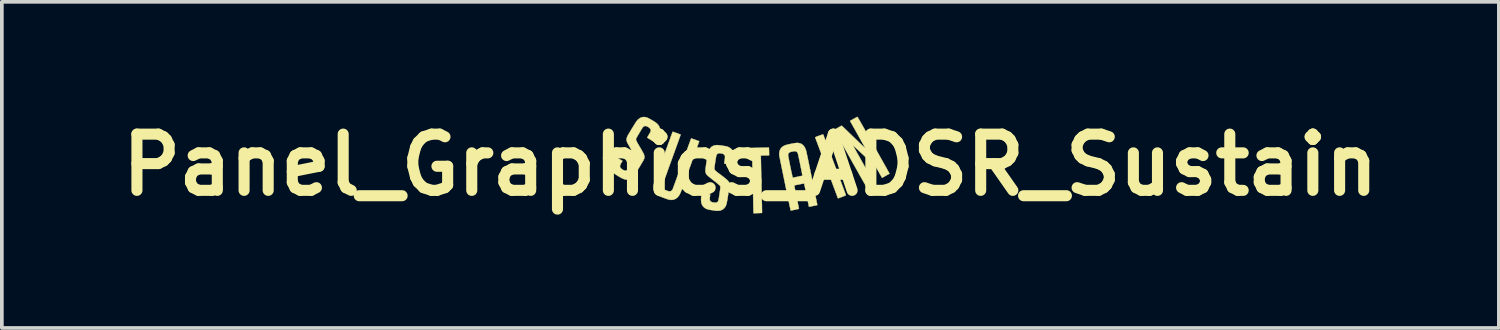
<source format=kicad_pcb>
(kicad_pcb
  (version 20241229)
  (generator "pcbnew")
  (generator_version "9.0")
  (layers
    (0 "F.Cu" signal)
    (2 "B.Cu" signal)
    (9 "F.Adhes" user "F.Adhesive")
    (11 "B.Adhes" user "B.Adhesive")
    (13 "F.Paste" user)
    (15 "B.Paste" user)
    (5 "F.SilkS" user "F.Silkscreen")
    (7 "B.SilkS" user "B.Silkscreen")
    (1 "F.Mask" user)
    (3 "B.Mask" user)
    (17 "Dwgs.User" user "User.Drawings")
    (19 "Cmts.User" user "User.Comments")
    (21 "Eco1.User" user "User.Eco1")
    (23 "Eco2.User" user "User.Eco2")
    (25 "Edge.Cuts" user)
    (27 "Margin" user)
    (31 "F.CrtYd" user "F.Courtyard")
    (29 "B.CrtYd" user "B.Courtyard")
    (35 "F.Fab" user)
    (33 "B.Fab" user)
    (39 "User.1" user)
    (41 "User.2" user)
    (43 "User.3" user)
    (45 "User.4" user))
  (footprint "Panel_Graphics_ADSR_Sustain"
    (layer "F.Cu")
    (at 17.279 1.418)
    (property "Reference" "Panel_Graphics_ADSR_Sustain" (at 0 0 0) (layer "F.SilkS") (effects (font (size 1.524 1.524) (thickness 0.3))))
    (attr through_hole)
    (fp_poly (pts (xy 1.973 -0.827) (xy 1.975 -0.823) (xy 1.979 -0.811) (xy 1.987 -0.792) (xy 1.996 -0.767) (xy 2.008 -0.735) (xy 2.022 -0.698) (xy 2.039 -0.655) (xy 2.056 -0.608) (xy 2.076 -0.556) (xy 2.097 -0.501) (xy 2.119 -0.442) (xy 2.142 -0.38) (xy 2.166 -0.316) (xy 2.191 -0.25) (xy 2.216 -0.182) (xy 2.242 -0.113) (xy 2.268 -0.043) (xy 2.295 0.027) (xy 2.321 0.097) (xy 2.347 0.166) (xy 2.372 0.234) (xy 2.397 0.301) (xy 2.421 0.365) (xy 2.444 0.428) (xy 2.466 0.487) (xy 2.487 0.543) (xy 2.506 0.594) (xy 2.524 0.642) (xy 2.54 0.685) (xy 2.554 0.723) (xy 2.566 0.755) (xy 2.575 0.781) (xy 2.582 0.801) (xy 2.587 0.813) (xy 2.588 0.819) (xy 2.588 0.819) (xy 2.587 0.822) (xy 2.583 0.825) (xy 2.575 0.83) (xy 2.563 0.835) (xy 2.545 0.843) (xy 2.52 0.852) (xy 2.489 0.864) (xy 2.462 0.875) (xy 2.436 0.884) (xy 2.415 0.892) (xy 2.397 0.899) (xy 2.386 0.903) (xy 2.382 0.904) (xy 2.376 0.903) (xy 2.371 0.895) (xy 2.37 0.895) (xy 2.365 0.882) (xy 2.358 0.862) (xy 2.348 0.836) (xy 2.336 0.803) (xy 2.322 0.765) (xy 2.305 0.722) (xy 2.288 0.674) (xy 2.268 0.622) (xy 2.247 0.566) (xy 2.225 0.507) (xy 2.202 0.445) (xy 2.178 0.38) (xy 2.153 0.314) (xy 2.127 0.246) (xy 2.101 0.176) (xy 2.075 0.107) (xy 2.049 0.037) (xy 2.023 -0.033) (xy 1.997 -0.102) (xy 1.972 -0.17) (xy 1.947 -0.237) (xy 1.923 -0.301) (xy 1.9 -0.363) (xy 1.878 -0.421) (xy 1.858 -0.477) (xy 1.838 -0.528) (xy 1.821 -0.576) (xy 1.805 -0.618) (xy 1.791 -0.655) (xy 1.779 -0.687) (xy 1.77 -0.712) (xy 1.763 -0.731) (xy 1.758 -0.743) (xy 1.757 -0.748) (xy 1.757 -0.748) (xy 1.761 -0.75) (xy 1.771 -0.755) (xy 1.787 -0.762) (xy 1.808 -0.77) (xy 1.831 -0.779) (xy 1.856 -0.788) (xy 1.881 -0.798) (xy 1.906 -0.806) (xy 1.928 -0.814) (xy 1.948 -0.82) (xy 1.962 -0.825) (xy 1.971 -0.827) (xy 1.973 -0.827)) (stroke (width 0.01) (type solid)) (fill yes) (layer "F.SilkS"))
    (fp_poly (pts (xy 0.494 -0.469) (xy 0.501 -0.469) (xy 0.502 -0.469) (xy 0.503 -0.464) (xy 0.504 -0.452) (xy 0.505 -0.434) (xy 0.506 -0.411) (xy 0.507 -0.384) (xy 0.507 -0.363) (xy 0.509 -0.259) (xy 0.399 -0.257) (xy 0.369 -0.257) (xy 0.342 -0.256) (xy 0.319 -0.255) (xy 0.301 -0.254) (xy 0.289 -0.254) (xy 0.285 -0.253) (xy 0.285 -0.248) (xy 0.285 -0.236) (xy 0.285 -0.216) (xy 0.286 -0.188) (xy 0.286 -0.154) (xy 0.287 -0.114) (xy 0.288 -0.068) (xy 0.289 -0.016) (xy 0.29 0.041) (xy 0.291 0.103) (xy 0.293 0.169) (xy 0.294 0.239) (xy 0.296 0.312) (xy 0.298 0.388) (xy 0.3 0.467) (xy 0.301 0.524) (xy 0.303 0.605) (xy 0.305 0.683) (xy 0.306 0.758) (xy 0.308 0.83) (xy 0.31 0.899) (xy 0.311 0.964) (xy 0.312 1.024) (xy 0.314 1.08) (xy 0.315 1.13) (xy 0.315 1.175) (xy 0.316 1.213) (xy 0.317 1.245) (xy 0.317 1.271) (xy 0.317 1.289) (xy 0.317 1.299) (xy 0.317 1.301) (xy 0.313 1.302) (xy 0.301 1.302) (xy 0.283 1.303) (xy 0.259 1.304) (xy 0.232 1.305) (xy 0.202 1.306) (xy 0.2 1.306) (xy 0.085 1.309) (xy 0.085 1.267) (xy 0.085 1.258) (xy 0.084 1.242) (xy 0.084 1.217) (xy 0.083 1.186) (xy 0.082 1.148) (xy 0.081 1.104) (xy 0.08 1.055) (xy 0.079 1) (xy 0.078 0.941) (xy 0.076 0.877) (xy 0.075 0.81) (xy 0.073 0.739) (xy 0.071 0.666) (xy 0.069 0.591) (xy 0.068 0.525) (xy 0.066 0.448) (xy 0.064 0.373) (xy 0.062 0.3) (xy 0.061 0.23) (xy 0.059 0.164) (xy 0.058 0.101) (xy 0.056 0.043) (xy 0.055 -0.011) (xy 0.054 -0.059) (xy 0.053 -0.102) (xy 0.052 -0.138) (xy 0.052 -0.168) (xy 0.051 -0.191) (xy 0.051 -0.206) (xy 0.051 -0.213) (xy 0.051 -0.25) (xy -0.063 -0.247) (xy -0.177 -0.244) (xy -0.18 -0.331) (xy -0.181 -0.358) (xy -0.181 -0.384) (xy -0.182 -0.407) (xy -0.182 -0.424) (xy -0.181 -0.435) (xy -0.181 -0.436) (xy -0.18 -0.455) (xy 0.16 -0.463) (xy 0.213 -0.464) (xy 0.263 -0.465) (xy 0.311 -0.466) (xy 0.354 -0.467) (xy 0.393 -0.468) (xy 0.428 -0.468) (xy 0.456 -0.469) (xy 0.478 -0.469) (xy 0.494 -0.469)) (stroke (width 0.01) (type solid)) (fill yes) (layer "F.SilkS"))
    (fp_poly (pts (xy 2.904 -1.299) (xy 2.91 -1.289) (xy 2.92 -1.272) (xy 2.934 -1.248) (xy 2.95 -1.219) (xy 2.97 -1.185) (xy 2.993 -1.146) (xy 3.018 -1.102) (xy 3.045 -1.054) (xy 3.075 -1.002) (xy 3.106 -0.946) (xy 3.139 -0.888) (xy 3.173 -0.827) (xy 3.209 -0.765) (xy 3.245 -0.7) (xy 3.283 -0.634) (xy 3.321 -0.567) (xy 3.359 -0.499) (xy 3.397 -0.432) (xy 3.435 -0.364) (xy 3.472 -0.298) (xy 3.509 -0.232) (xy 3.545 -0.168) (xy 3.58 -0.106) (xy 3.614 -0.046) (xy 3.646 0.012) (xy 3.677 0.066) (xy 3.705 0.117) (xy 3.731 0.164) (xy 3.755 0.207) (xy 3.756 0.208) (xy 3.772 0.236) (xy 3.67 0.293) (xy 3.569 0.351) (xy 3.54 0.299) (xy 3.53 0.281) (xy 3.516 0.257) (xy 3.5 0.229) (xy 3.484 0.199) (xy 3.466 0.168) (xy 3.454 0.146) (xy 3.397 0.045) (xy 3.089 -0.244) (xy 3.046 -0.285) (xy 3.004 -0.323) (xy 2.965 -0.36) (xy 2.929 -0.394) (xy 2.895 -0.425) (xy 2.865 -0.453) (xy 2.839 -0.478) (xy 2.817 -0.498) (xy 2.799 -0.514) (xy 2.787 -0.525) (xy 2.78 -0.531) (xy 2.779 -0.532) (xy 2.781 -0.528) (xy 2.786 -0.518) (xy 2.796 -0.501) (xy 2.808 -0.478) (xy 2.824 -0.45) (xy 2.842 -0.417) (xy 2.863 -0.38) (xy 2.885 -0.339) (xy 2.91 -0.295) (xy 2.936 -0.248) (xy 2.964 -0.199) (xy 2.992 -0.148) (xy 3.021 -0.096) (xy 3.051 -0.044) (xy 3.08 0.009) (xy 3.109 0.061) (xy 3.138 0.113) (xy 3.166 0.163) (xy 3.193 0.211) (xy 3.219 0.256) (xy 3.243 0.299) (xy 3.265 0.338) (xy 3.284 0.373) (xy 3.302 0.403) (xy 3.316 0.429) (xy 3.328 0.449) (xy 3.334 0.46) (xy 3.344 0.477) (xy 3.245 0.533) (xy 3.218 0.547) (xy 3.194 0.561) (xy 3.174 0.572) (xy 3.157 0.581) (xy 3.147 0.586) (xy 3.142 0.588) (xy 3.142 0.588) (xy 3.14 0.585) (xy 3.133 0.574) (xy 3.123 0.557) (xy 3.11 0.533) (xy 3.093 0.503) (xy 3.073 0.468) (xy 3.049 0.428) (xy 3.024 0.382) (xy 2.995 0.332) (xy 2.964 0.278) (xy 2.932 0.219) (xy 2.897 0.158) (xy 2.86 0.093) (xy 2.822 0.025) (xy 2.782 -0.045) (xy 2.741 -0.118) (xy 2.724 -0.149) (xy 2.683 -0.223) (xy 2.642 -0.295) (xy 2.603 -0.365) (xy 2.565 -0.432) (xy 2.528 -0.497) (xy 2.494 -0.558) (xy 2.461 -0.616) (xy 2.431 -0.67) (xy 2.403 -0.72) (xy 2.378 -0.765) (xy 2.355 -0.805) (xy 2.336 -0.84) (xy 2.319 -0.869) (xy 2.307 -0.891) (xy 2.298 -0.908) (xy 2.292 -0.917) (xy 2.291 -0.919) (xy 2.274 -0.951) (xy 2.373 -1.007) (xy 2.399 -1.022) (xy 2.423 -1.035) (xy 2.444 -1.046) (xy 2.46 -1.055) (xy 2.471 -1.061) (xy 2.476 -1.063) (xy 2.476 -1.063) (xy 2.479 -1.06) (xy 2.488 -1.051) (xy 2.503 -1.038) (xy 2.522 -1.019) (xy 2.546 -0.997) (xy 2.574 -0.97) (xy 2.605 -0.94) (xy 2.64 -0.907) (xy 2.677 -0.87) (xy 2.717 -0.832) (xy 2.759 -0.791) (xy 2.798 -0.754) (xy 2.842 -0.711) (xy 2.884 -0.671) (xy 2.923 -0.633) (xy 2.96 -0.597) (xy 2.994 -0.564) (xy 3.025 -0.534) (xy 3.053 -0.508) (xy 3.076 -0.486) (xy 3.094 -0.469) (xy 3.108 -0.456) (xy 3.116 -0.448) (xy 3.119 -0.446) (xy 3.117 -0.45) (xy 3.111 -0.46) (xy 3.102 -0.477) (xy 3.089 -0.5) (xy 3.074 -0.527) (xy 3.056 -0.559) (xy 3.036 -0.596) (xy 3.014 -0.635) (xy 2.99 -0.678) (xy 2.965 -0.722) (xy 2.939 -0.769) (xy 2.913 -0.817) (xy 2.886 -0.865) (xy 2.859 -0.913) (xy 2.832 -0.961) (xy 2.806 -1.007) (xy 2.78 -1.052) (xy 2.756 -1.095) (xy 2.734 -1.135) (xy 2.713 -1.171) (xy 2.701 -1.192) (xy 2.799 -1.247) (xy 2.826 -1.261) (xy 2.85 -1.275) (xy 2.87 -1.286) (xy 2.886 -1.295) (xy 2.897 -1.301) (xy 2.902 -1.303) (xy 2.904 -1.299)) (stroke (width 0.01) (type solid)) (fill yes) (layer "F.SilkS"))
    (fp_poly (pts (xy -2.1 -0.898) (xy -2.089 -0.895) (xy -2.072 -0.889) (xy -2.051 -0.883) (xy -2.028 -0.874) (xy -2.003 -0.865) (xy -1.977 -0.856) (xy -1.953 -0.847) (xy -1.93 -0.838) (xy -1.912 -0.831) (xy -1.898 -0.825) (xy -1.89 -0.821) (xy -1.888 -0.819) (xy -1.889 -0.815) (xy -1.894 -0.803) (xy -1.9 -0.784) (xy -1.91 -0.758) (xy -1.921 -0.726) (xy -1.935 -0.688) (xy -1.95 -0.644) (xy -1.968 -0.596) (xy -1.987 -0.542) (xy -2.008 -0.485) (xy -2.03 -0.424) (xy -2.053 -0.359) (xy -2.078 -0.291) (xy -2.103 -0.221) (xy -2.129 -0.149) (xy -2.132 -0.142) (xy -2.158 -0.069) (xy -2.184 0.002) (xy -2.209 0.071) (xy -2.233 0.137) (xy -2.255 0.2) (xy -2.276 0.259) (xy -2.296 0.314) (xy -2.314 0.365) (xy -2.331 0.411) (xy -2.345 0.451) (xy -2.357 0.485) (xy -2.367 0.514) (xy -2.375 0.536) (xy -2.38 0.55) (xy -2.382 0.557) (xy -2.382 0.557) (xy -2.386 0.588) (xy -2.383 0.614) (xy -2.373 0.637) (xy -2.354 0.656) (xy -2.35 0.66) (xy -2.339 0.666) (xy -2.322 0.674) (xy -2.301 0.683) (xy -2.277 0.692) (xy -2.253 0.701) (xy -2.231 0.709) (xy -2.212 0.714) (xy -2.206 0.716) (xy -2.18 0.717) (xy -2.156 0.711) (xy -2.134 0.698) (xy -2.115 0.678) (xy -2.104 0.659) (xy -2.102 0.653) (xy -2.097 0.64) (xy -2.089 0.619) (xy -2.079 0.592) (xy -2.067 0.559) (xy -2.053 0.519) (xy -2.036 0.475) (xy -2.018 0.425) (xy -1.998 0.371) (xy -1.977 0.312) (xy -1.954 0.25) (xy -1.931 0.184) (xy -1.906 0.116) (xy -1.88 0.045) (xy -1.854 -0.028) (xy -1.85 -0.038) (xy -1.824 -0.111) (xy -1.798 -0.182) (xy -1.773 -0.25) (xy -1.75 -0.315) (xy -1.727 -0.377) (xy -1.706 -0.435) (xy -1.687 -0.489) (xy -1.669 -0.538) (xy -1.653 -0.582) (xy -1.639 -0.621) (xy -1.627 -0.654) (xy -1.617 -0.68) (xy -1.61 -0.7) (xy -1.605 -0.713) (xy -1.603 -0.718) (xy -1.603 -0.719) (xy -1.599 -0.717) (xy -1.588 -0.714) (xy -1.572 -0.708) (xy -1.551 -0.701) (xy -1.528 -0.693) (xy -1.503 -0.684) (xy -1.477 -0.675) (xy -1.453 -0.666) (xy -1.43 -0.658) (xy -1.411 -0.651) (xy -1.396 -0.646) (xy -1.387 -0.642) (xy -1.385 -0.641) (xy -1.386 -0.637) (xy -1.391 -0.626) (xy -1.397 -0.608) (xy -1.406 -0.583) (xy -1.417 -0.552) (xy -1.43 -0.515) (xy -1.445 -0.474) (xy -1.461 -0.428) (xy -1.479 -0.379) (xy -1.498 -0.325) (xy -1.519 -0.269) (xy -1.54 -0.211) (xy -1.562 -0.15) (xy -1.584 -0.088) (xy -1.607 -0.025) (xy -1.63 0.039) (xy -1.653 0.102) (xy -1.676 0.165) (xy -1.698 0.228) (xy -1.72 0.288) (xy -1.741 0.347) (xy -1.761 0.403) (xy -1.781 0.456) (xy -1.799 0.505) (xy -1.815 0.551) (xy -1.83 0.592) (xy -1.843 0.628) (xy -1.854 0.658) (xy -1.863 0.683) (xy -1.866 0.69) (xy -1.885 0.738) (xy -1.903 0.778) (xy -1.921 0.812) (xy -1.94 0.841) (xy -1.961 0.866) (xy -1.98 0.885) (xy -2.016 0.913) (xy -2.054 0.932) (xy -2.095 0.944) (xy -2.139 0.948) (xy -2.185 0.943) (xy -2.193 0.942) (xy -2.203 0.94) (xy -2.213 0.937) (xy -2.222 0.935) (xy -2.231 0.932) (xy -2.243 0.929) (xy -2.258 0.924) (xy -2.277 0.917) (xy -2.301 0.908) (xy -2.331 0.897) (xy -2.354 0.889) (xy -2.396 0.873) (xy -2.432 0.86) (xy -2.461 0.848) (xy -2.486 0.836) (xy -2.506 0.826) (xy -2.523 0.815) (xy -2.538 0.804) (xy -2.552 0.792) (xy -2.557 0.787) (xy -2.584 0.757) (xy -2.603 0.725) (xy -2.616 0.689) (xy -2.623 0.649) (xy -2.625 0.615) (xy -2.623 0.581) (xy -2.62 0.548) (xy -2.612 0.514) (xy -2.602 0.476) (xy -2.598 0.466) (xy -2.595 0.456) (xy -2.589 0.44) (xy -2.581 0.417) (xy -2.571 0.388) (xy -2.558 0.353) (xy -2.544 0.313) (xy -2.528 0.268) (xy -2.51 0.219) (xy -2.491 0.167) (xy -2.471 0.111) (xy -2.45 0.053) (xy -2.429 -0.007) (xy -2.406 -0.069) (xy -2.383 -0.132) (xy -2.36 -0.196) (xy -2.337 -0.26) (xy -2.314 -0.324) (xy -2.291 -0.386) (xy -2.269 -0.448) (xy -2.247 -0.507) (xy -2.227 -0.565) (xy -2.207 -0.619) (xy -2.188 -0.67) (xy -2.171 -0.717) (xy -2.156 -0.76) (xy -2.142 -0.798) (xy -2.13 -0.831) (xy -2.12 -0.857) (xy -2.112 -0.878) (xy -2.107 -0.892) (xy -2.105 -0.898) (xy -2.105 -0.898) (xy -2.1 -0.898)) (stroke (width 0.01) (type solid)) (fill yes) (layer "F.SilkS"))
    (fp_poly (pts (xy -2.853 -1.296) (xy -2.844 -1.294) (xy -2.823 -1.289) (xy -2.8 -1.282) (xy -2.783 -1.276) (xy -2.77 -1.27) (xy -2.751 -1.26) (xy -2.727 -1.247) (xy -2.701 -1.232) (xy -2.673 -1.216) (xy -2.644 -1.199) (xy -2.617 -1.183) (xy -2.592 -1.167) (xy -2.571 -1.153) (xy -2.566 -1.15) (xy -2.528 -1.12) (xy -2.497 -1.086) (xy -2.473 -1.049) (xy -2.457 -1.011) (xy -2.449 -0.97) (xy -2.45 -0.928) (xy -2.451 -0.92) (xy -2.454 -0.899) (xy -2.459 -0.878) (xy -2.465 -0.858) (xy -2.474 -0.836) (xy -2.485 -0.812) (xy -2.499 -0.785) (xy -2.516 -0.754) (xy -2.538 -0.717) (xy -2.562 -0.677) (xy -2.597 -0.619) (xy -2.695 -0.678) (xy -2.72 -0.694) (xy -2.744 -0.708) (xy -2.764 -0.721) (xy -2.779 -0.73) (xy -2.789 -0.737) (xy -2.793 -0.74) (xy -2.793 -0.74) (xy -2.791 -0.745) (xy -2.786 -0.756) (xy -2.777 -0.771) (xy -2.766 -0.79) (xy -2.753 -0.812) (xy -2.752 -0.814) (xy -2.738 -0.837) (xy -2.725 -0.859) (xy -2.715 -0.878) (xy -2.707 -0.893) (xy -2.703 -0.902) (xy -2.697 -0.928) (xy -2.698 -0.951) (xy -2.707 -0.973) (xy -2.724 -0.994) (xy -2.749 -1.015) (xy -2.775 -1.032) (xy -2.806 -1.047) (xy -2.834 -1.054) (xy -2.859 -1.054) (xy -2.882 -1.046) (xy -2.903 -1.03) (xy -2.92 -1.009) (xy -2.929 -0.995) (xy -2.941 -0.976) (xy -2.956 -0.952) (xy -2.972 -0.926) (xy -2.989 -0.897) (xy -3.007 -0.868) (xy -3.024 -0.838) (xy -3.041 -0.809) (xy -3.057 -0.783) (xy -3.07 -0.759) (xy -3.082 -0.739) (xy -3.09 -0.723) (xy -3.094 -0.714) (xy -3.095 -0.713) (xy -3.097 -0.703) (xy -3.098 -0.693) (xy -3.097 -0.683) (xy -3.094 -0.67) (xy -3.088 -0.655) (xy -3.08 -0.637) (xy -3.069 -0.616) (xy -3.055 -0.589) (xy -3.036 -0.557) (xy -3.014 -0.519) (xy -3.003 -0.501) (xy -2.976 -0.455) (xy -2.953 -0.415) (xy -2.933 -0.38) (xy -2.917 -0.351) (xy -2.904 -0.327) (xy -2.893 -0.305) (xy -2.885 -0.287) (xy -2.879 -0.271) (xy -2.875 -0.257) (xy -2.872 -0.243) (xy -2.87 -0.234) (xy -2.869 -0.211) (xy -2.871 -0.19) (xy -2.877 -0.167) (xy -2.889 -0.141) (xy -2.892 -0.134) (xy -2.898 -0.123) (xy -2.908 -0.105) (xy -2.921 -0.083) (xy -2.937 -0.055) (xy -2.956 -0.025) (xy -2.975 0.009) (xy -2.996 0.043) (xy -3.018 0.079) (xy -3.039 0.114) (xy -3.06 0.149) (xy -3.08 0.181) (xy -3.098 0.21) (xy -3.114 0.235) (xy -3.127 0.256) (xy -3.136 0.271) (xy -3.141 0.277) (xy -3.173 0.317) (xy -3.208 0.349) (xy -3.246 0.373) (xy -3.285 0.389) (xy -3.326 0.397) (xy -3.369 0.396) (xy -3.397 0.392) (xy -3.414 0.387) (xy -3.431 0.382) (xy -3.45 0.374) (xy -3.471 0.365) (xy -3.494 0.352) (xy -3.522 0.337) (xy -3.555 0.318) (xy -3.593 0.294) (xy -3.608 0.285) (xy -3.639 0.266) (xy -3.663 0.249) (xy -3.683 0.235) (xy -3.699 0.221) (xy -3.713 0.207) (xy -3.725 0.193) (xy -3.748 0.16) (xy -3.763 0.128) (xy -3.773 0.095) (xy -3.776 0.058) (xy -3.776 0.051) (xy -3.774 0.019) (xy -3.769 -0.013) (xy -3.76 -0.046) (xy -3.746 -0.081) (xy -3.728 -0.119) (xy -3.704 -0.162) (xy -3.699 -0.17) (xy -3.664 -0.228) (xy -3.652 -0.22) (xy -3.644 -0.216) (xy -3.631 -0.208) (xy -3.613 -0.197) (xy -3.591 -0.184) (xy -3.567 -0.169) (xy -3.551 -0.16) (xy -3.464 -0.108) (xy -3.473 -0.093) (xy -3.496 -0.057) (xy -3.512 -0.026) (xy -3.524 -0.000028) (xy -3.53 0.022) (xy -3.532 0.041) (xy -3.529 0.058) (xy -3.521 0.074) (xy -3.509 0.09) (xy -3.504 0.095) (xy -3.481 0.114) (xy -3.456 0.131) (xy -3.43 0.144) (xy -3.406 0.153) (xy -3.39 0.156) (xy -3.374 0.156) (xy -3.362 0.154) (xy -3.35 0.148) (xy -3.347 0.147) (xy -3.333 0.136) (xy -3.32 0.123) (xy -3.314 0.115) (xy -3.308 0.106) (xy -3.298 0.091) (xy -3.285 0.071) (xy -3.271 0.047) (xy -3.255 0.02) (xy -3.237 -0.008) (xy -3.219 -0.038) (xy -3.202 -0.067) (xy -3.185 -0.096) (xy -3.17 -0.122) (xy -3.156 -0.145) (xy -3.146 -0.163) (xy -3.138 -0.177) (xy -3.135 -0.184) (xy -3.131 -0.193) (xy -3.129 -0.201) (xy -3.129 -0.211) (xy -3.13 -0.222) (xy -3.134 -0.234) (xy -3.139 -0.25) (xy -3.148 -0.268) (xy -3.159 -0.291) (xy -3.173 -0.318) (xy -3.191 -0.35) (xy -3.213 -0.389) (xy -3.238 -0.434) (xy -3.24 -0.437) (xy -3.265 -0.481) (xy -3.286 -0.518) (xy -3.303 -0.549) (xy -3.317 -0.575) (xy -3.328 -0.597) (xy -3.337 -0.615) (xy -3.343 -0.63) (xy -3.348 -0.643) (xy -3.351 -0.655) (xy -3.352 -0.666) (xy -3.353 -0.677) (xy -3.353 -0.683) (xy -3.351 -0.711) (xy -3.345 -0.739) (xy -3.333 -0.769) (xy -3.318 -0.8) (xy -3.307 -0.818) (xy -3.294 -0.842) (xy -3.278 -0.869) (xy -3.259 -0.9) (xy -3.239 -0.933) (xy -3.219 -0.968) (xy -3.197 -1.003) (xy -3.176 -1.037) (xy -3.155 -1.071) (xy -3.136 -1.102) (xy -3.118 -1.13) (xy -3.103 -1.154) (xy -3.09 -1.173) (xy -3.081 -1.187) (xy -3.077 -1.192) (xy -3.045 -1.228) (xy -3.009 -1.256) (xy -2.972 -1.278) (xy -2.933 -1.292) (xy -2.893 -1.298) (xy -2.853 -1.296)) (stroke (width 0.01) (type solid)) (fill yes) (layer "F.SilkS"))
    (fp_poly (pts (xy 1.298 -0.595) (xy 1.341 -0.586) (xy 1.38 -0.571) (xy 1.415 -0.547) (xy 1.446 -0.517) (xy 1.472 -0.48) (xy 1.494 -0.435) (xy 1.512 -0.384) (xy 1.516 -0.369) (xy 1.518 -0.358) (xy 1.522 -0.341) (xy 1.527 -0.316) (xy 1.533 -0.286) (xy 1.541 -0.249) (xy 1.55 -0.207) (xy 1.56 -0.16) (xy 1.57 -0.109) (xy 1.582 -0.054) (xy 1.594 0.005) (xy 1.606 0.066) (xy 1.62 0.129) (xy 1.633 0.194) (xy 1.647 0.261) (xy 1.66 0.328) (xy 1.674 0.395) (xy 1.688 0.462) (xy 1.702 0.528) (xy 1.715 0.593) (xy 1.728 0.657) (xy 1.74 0.717) (xy 1.752 0.775) (xy 1.763 0.83) (xy 1.773 0.881) (xy 1.783 0.927) (xy 1.791 0.969) (xy 1.798 1.005) (xy 1.805 1.035) (xy 1.809 1.059) (xy 1.812 1.076) (xy 1.814 1.085) (xy 1.814 1.087) (xy 1.81 1.088) (xy 1.798 1.091) (xy 1.781 1.095) (xy 1.76 1.1) (xy 1.735 1.105) (xy 1.709 1.11) (xy 1.683 1.116) (xy 1.657 1.121) (xy 1.634 1.126) (xy 1.615 1.13) (xy 1.6 1.132) (xy 1.591 1.134) (xy 1.589 1.134) (xy 1.588 1.129) (xy 1.586 1.118) (xy 1.582 1.099) (xy 1.577 1.073) (xy 1.57 1.042) (xy 1.562 1.006) (xy 1.554 0.966) (xy 1.545 0.921) (xy 1.535 0.874) (xy 1.525 0.824) (xy 1.524 0.819) (xy 1.513 0.769) (xy 1.503 0.721) (xy 1.494 0.676) (xy 1.486 0.635) (xy 1.478 0.599) (xy 1.471 0.567) (xy 1.465 0.541) (xy 1.461 0.521) (xy 1.458 0.508) (xy 1.457 0.503) (xy 1.457 0.503) (xy 1.452 0.503) (xy 1.441 0.505) (xy 1.423 0.508) (xy 1.401 0.512) (xy 1.376 0.517) (xy 1.348 0.522) (xy 1.319 0.528) (xy 1.29 0.534) (xy 1.263 0.539) (xy 1.239 0.544) (xy 1.218 0.549) (xy 1.202 0.553) (xy 1.193 0.555) (xy 1.191 0.556) (xy 1.191 0.56) (xy 1.193 0.573) (xy 1.197 0.592) (xy 1.202 0.617) (xy 1.208 0.648) (xy 1.215 0.684) (xy 1.223 0.725) (xy 1.232 0.769) (xy 1.242 0.817) (xy 1.252 0.866) (xy 1.253 0.869) (xy 1.263 0.919) (xy 1.273 0.967) (xy 1.282 1.011) (xy 1.29 1.052) (xy 1.298 1.089) (xy 1.304 1.121) (xy 1.309 1.147) (xy 1.313 1.167) (xy 1.316 1.18) (xy 1.317 1.185) (xy 1.317 1.185) (xy 1.315 1.188) (xy 1.309 1.191) (xy 1.298 1.194) (xy 1.281 1.198) (xy 1.258 1.203) (xy 1.227 1.21) (xy 1.208 1.214) (xy 1.178 1.22) (xy 1.152 1.225) (xy 1.129 1.23) (xy 1.111 1.233) (xy 1.099 1.235) (xy 1.094 1.236) (xy 1.093 1.232) (xy 1.09 1.22) (xy 1.086 1.201) (xy 1.08 1.174) (xy 1.073 1.141) (xy 1.064 1.102) (xy 1.055 1.057) (xy 1.044 1.007) (xy 1.032 0.951) (xy 1.02 0.891) (xy 1.006 0.827) (xy 0.992 0.76) (xy 0.977 0.689) (xy 0.962 0.615) (xy 0.946 0.539) (xy 0.941 0.511) (xy 0.925 0.434) (xy 0.909 0.358) (xy 0.894 0.286) (xy 0.88 0.215) (xy 0.866 0.149) (xy 0.853 0.086) (xy 0.841 0.027) (xy 0.83 -0.027) (xy 0.82 -0.076) (xy 0.811 -0.12) (xy 0.804 -0.158) (xy 0.797 -0.189) (xy 0.793 -0.213) (xy 0.789 -0.231) (xy 0.787 -0.24) (xy 0.787 -0.241) (xy 0.785 -0.268) (xy 1.023 -0.268) (xy 1.024 -0.259) (xy 1.026 -0.244) (xy 1.03 -0.223) (xy 1.035 -0.196) (xy 1.041 -0.164) (xy 1.048 -0.128) (xy 1.055 -0.089) (xy 1.064 -0.048) (xy 1.072 -0.005) (xy 1.081 0.039) (xy 1.09 0.082) (xy 1.099 0.125) (xy 1.108 0.167) (xy 1.116 0.206) (xy 1.124 0.241) (xy 1.131 0.273) (xy 1.137 0.3) (xy 1.142 0.322) (xy 1.146 0.337) (xy 1.148 0.346) (xy 1.149 0.347) (xy 1.154 0.346) (xy 1.167 0.344) (xy 1.185 0.34) (xy 1.209 0.335) (xy 1.237 0.33) (xy 1.268 0.323) (xy 1.282 0.32) (xy 1.313 0.314) (xy 1.342 0.307) (xy 1.368 0.302) (xy 1.388 0.297) (xy 1.403 0.294) (xy 1.411 0.292) (xy 1.412 0.291) (xy 1.411 0.287) (xy 1.409 0.275) (xy 1.406 0.256) (xy 1.401 0.232) (xy 1.395 0.202) (xy 1.389 0.169) (xy 1.381 0.131) (xy 1.373 0.091) (xy 1.365 0.049) (xy 1.356 0.006) (xy 1.347 -0.037) (xy 1.338 -0.08) (xy 1.329 -0.121) (xy 1.321 -0.161) (xy 1.313 -0.197) (xy 1.306 -0.23) (xy 1.3 -0.258) (xy 1.295 -0.281) (xy 1.291 -0.298) (xy 1.289 -0.308) (xy 1.288 -0.309) (xy 1.276 -0.334) (xy 1.259 -0.354) (xy 1.236 -0.367) (xy 1.209 -0.372) (xy 1.202 -0.373) (xy 1.19 -0.372) (xy 1.173 -0.369) (xy 1.153 -0.365) (xy 1.131 -0.361) (xy 1.11 -0.357) (xy 1.093 -0.352) (xy 1.088 -0.351) (xy 1.062 -0.339) (xy 1.042 -0.322) (xy 1.029 -0.3) (xy 1.023 -0.273) (xy 1.023 -0.268) (xy 0.785 -0.268) (xy 0.783 -0.294) (xy 0.786 -0.342) (xy 0.796 -0.386) (xy 0.813 -0.426) (xy 0.837 -0.46) (xy 0.868 -0.49) (xy 0.906 -0.515) (xy 0.95 -0.534) (xy 0.957 -0.537) (xy 0.977 -0.542) (xy 1.002 -0.549) (xy 1.032 -0.556) (xy 1.066 -0.563) (xy 1.101 -0.571) (xy 1.136 -0.577) (xy 1.17 -0.584) (xy 1.2 -0.589) (xy 1.226 -0.593) (xy 1.246 -0.595) (xy 1.251 -0.596) (xy 1.298 -0.595)) (stroke (width 0.01) (type solid)) (fill yes) (layer "F.SilkS"))
    (fp_poly (pts (xy -0.883 -0.536) (xy -0.863 -0.535) (xy -0.837 -0.532) (xy -0.807 -0.528) (xy -0.774 -0.523) (xy -0.74 -0.518) (xy -0.708 -0.513) (xy -0.679 -0.508) (xy -0.655 -0.504) (xy -0.643 -0.501) (xy -0.6 -0.487) (xy -0.561 -0.467) (xy -0.527 -0.443) (xy -0.499 -0.414) (xy -0.477 -0.382) (xy -0.477 -0.382) (xy -0.466 -0.358) (xy -0.458 -0.333) (xy -0.452 -0.306) (xy -0.449 -0.276) (xy -0.449 -0.242) (xy -0.451 -0.203) (xy -0.456 -0.158) (xy -0.463 -0.106) (xy -0.464 -0.1) (xy -0.468 -0.073) (xy -0.472 -0.048) (xy -0.475 -0.027) (xy -0.478 -0.012) (xy -0.479 -0.003) (xy -0.48 -0.002) (xy -0.484 -0.002) (xy -0.495 -0.003) (xy -0.512 -0.006) (xy -0.533 -0.009) (xy -0.558 -0.012) (xy -0.584 -0.016) (xy -0.611 -0.02) (xy -0.636 -0.024) (xy -0.66 -0.028) (xy -0.68 -0.031) (xy -0.695 -0.033) (xy -0.704 -0.035) (xy -0.705 -0.035) (xy -0.706 -0.04) (xy -0.706 -0.052) (xy -0.703 -0.073) (xy -0.699 -0.101) (xy -0.698 -0.112) (xy -0.692 -0.152) (xy -0.688 -0.185) (xy -0.687 -0.211) (xy -0.687 -0.232) (xy -0.691 -0.249) (xy -0.696 -0.262) (xy -0.701 -0.27) (xy -0.717 -0.285) (xy -0.736 -0.297) (xy -0.759 -0.306) (xy -0.783 -0.311) (xy -0.813 -0.315) (xy -0.836 -0.317) (xy -0.855 -0.316) (xy -0.871 -0.311) (xy -0.874 -0.309) (xy -0.893 -0.298) (xy -0.908 -0.282) (xy -0.918 -0.262) (xy -0.921 -0.253) (xy -0.924 -0.237) (xy -0.929 -0.215) (xy -0.934 -0.188) (xy -0.939 -0.157) (xy -0.945 -0.124) (xy -0.95 -0.089) (xy -0.955 -0.054) (xy -0.96 -0.02) (xy -0.965 0.012) (xy -0.969 0.04) (xy -0.971 0.064) (xy -0.973 0.083) (xy -0.974 0.093) (xy -0.973 0.104) (xy -0.972 0.114) (xy -0.969 0.123) (xy -0.964 0.133) (xy -0.957 0.144) (xy -0.946 0.155) (xy -0.931 0.169) (xy -0.913 0.185) (xy -0.889 0.204) (xy -0.86 0.226) (xy -0.825 0.252) (xy -0.8 0.271) (xy -0.754 0.305) (xy -0.715 0.335) (xy -0.682 0.362) (xy -0.654 0.385) (xy -0.631 0.405) (xy -0.613 0.422) (xy -0.598 0.439) (xy -0.587 0.453) (xy -0.579 0.467) (xy -0.573 0.481) (xy -0.57 0.495) (xy -0.567 0.51) (xy -0.566 0.519) (xy -0.566 0.529) (xy -0.566 0.541) (xy -0.567 0.554) (xy -0.568 0.571) (xy -0.571 0.591) (xy -0.574 0.615) (xy -0.578 0.644) (xy -0.583 0.679) (xy -0.589 0.72) (xy -0.596 0.769) (xy -0.603 0.818) (xy -0.612 0.874) (xy -0.62 0.923) (xy -0.627 0.965) (xy -0.634 1) (xy -0.64 1.031) (xy -0.646 1.056) (xy -0.652 1.078) (xy -0.659 1.096) (xy -0.666 1.112) (xy -0.673 1.127) (xy -0.682 1.14) (xy -0.692 1.153) (xy -0.695 1.158) (xy -0.724 1.188) (xy -0.758 1.212) (xy -0.797 1.23) (xy -0.809 1.234) (xy -0.823 1.237) (xy -0.843 1.24) (xy -0.865 1.242) (xy -0.889 1.243) (xy -0.91 1.243) (xy -0.926 1.243) (xy -0.931 1.242) (xy -0.939 1.241) (xy -0.953 1.239) (xy -0.973 1.236) (xy -0.996 1.232) (xy -1.023 1.228) (xy -1.029 1.227) (xy -1.069 1.221) (xy -1.102 1.215) (xy -1.129 1.21) (xy -1.151 1.204) (xy -1.17 1.198) (xy -1.187 1.192) (xy -1.204 1.184) (xy -1.212 1.18) (xy -1.248 1.156) (xy -1.279 1.126) (xy -1.303 1.091) (xy -1.321 1.049) (xy -1.328 1.026) (xy -1.332 1) (xy -1.334 0.968) (xy -1.335 0.931) (xy -1.333 0.891) (xy -1.329 0.852) (xy -1.325 0.826) (xy -1.322 0.805) (xy -1.319 0.787) (xy -1.317 0.775) (xy -1.315 0.769) (xy -1.315 0.768) (xy -1.311 0.769) (xy -1.3 0.77) (xy -1.283 0.773) (xy -1.261 0.776) (xy -1.237 0.779) (xy -1.21 0.783) (xy -1.184 0.788) (xy -1.158 0.792) (xy -1.134 0.795) (xy -1.114 0.798) (xy -1.099 0.801) (xy -1.09 0.803) (xy -1.088 0.803) (xy -1.088 0.807) (xy -1.089 0.819) (xy -1.091 0.835) (xy -1.094 0.854) (xy -1.098 0.886) (xy -1.1 0.911) (xy -1.1 0.93) (xy -1.098 0.946) (xy -1.094 0.959) (xy -1.093 0.964) (xy -1.082 0.981) (xy -1.068 0.994) (xy -1.048 1.005) (xy -1.022 1.013) (xy -0.997 1.018) (xy -0.962 1.023) (xy -0.934 1.023) (xy -0.912 1.018) (xy -0.894 1.008) (xy -0.879 0.993) (xy -0.868 0.971) (xy -0.866 0.967) (xy -0.863 0.958) (xy -0.86 0.941) (xy -0.856 0.919) (xy -0.851 0.892) (xy -0.846 0.861) (xy -0.841 0.827) (xy -0.835 0.792) (xy -0.83 0.756) (xy -0.825 0.722) (xy -0.821 0.689) (xy -0.817 0.659) (xy -0.814 0.633) (xy -0.812 0.613) (xy -0.811 0.599) (xy -0.811 0.593) (xy -0.813 0.585) (xy -0.816 0.577) (xy -0.822 0.568) (xy -0.831 0.557) (xy -0.842 0.545) (xy -0.858 0.531) (xy -0.878 0.513) (xy -0.903 0.493) (xy -0.933 0.469) (xy -0.969 0.44) (xy -0.999 0.417) (xy -1.03 0.393) (xy -1.06 0.369) (xy -1.087 0.347) (xy -1.112 0.327) (xy -1.134 0.309) (xy -1.15 0.295) (xy -1.161 0.285) (xy -1.163 0.284) (xy -1.186 0.258) (xy -1.203 0.23) (xy -1.213 0.199) (xy -1.217 0.164) (xy -1.216 0.123) (xy -1.215 0.113) (xy -1.213 0.095) (xy -1.209 0.071) (xy -1.205 0.041) (xy -1.2 0.007) (xy -1.195 -0.03) (xy -1.189 -0.069) (xy -1.183 -0.108) (xy -1.177 -0.148) (xy -1.171 -0.186) (xy -1.165 -0.222) (xy -1.16 -0.255) (xy -1.155 -0.282) (xy -1.151 -0.305) (xy -1.148 -0.32) (xy -1.147 -0.325) (xy -1.132 -0.375) (xy -1.112 -0.419) (xy -1.086 -0.456) (xy -1.056 -0.486) (xy -1.021 -0.509) (xy -0.981 -0.526) (xy -0.937 -0.535) (xy -0.889 -0.537) (xy -0.883 -0.536)) (stroke (width 0.01) (type solid)) (fill yes) (layer "F.SilkS")))
  (gr_rect
    (start -3 -3)
    (end 37.559 5.836)
    (stroke (width 0.1) (type default))
    (fill no)
    (layer "Edge.Cuts")))
</source>
